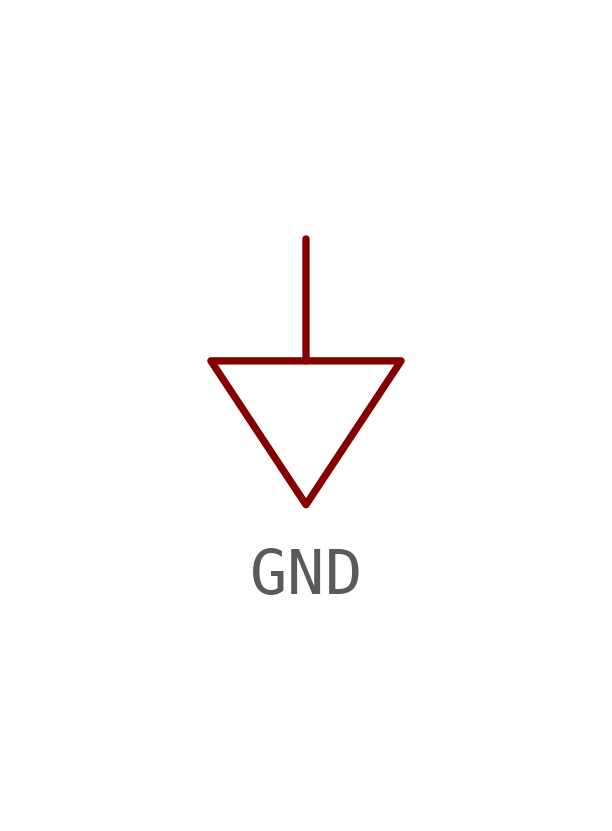
<source format=kicad_sym>
(kicad_symbol_lib
  (version 20231120)
  (generator "kicad_symbol_editor")
  (generator_version "8.0")
  (symbol "GND"
    (power)
    (pin_numbers hide)
    (pin_names
      (offset 0) hide)
    (property "Reference" "#PWR"
      (at 0 1.27 0)
      (effects (font (size 1.524 1.524)) (hide yes)))
    (property "Footprint" ""
      (at 0 0 0)
      (effects (font (size 1.524 1.524))))
    (symbol "GND_0_1"
      (polyline (pts (xy 0 0) (xy 0 -2.54)) (stroke (width 0) (type solid)) (fill (type none)))
      (polyline (pts (xy 0 -2.54) (xy 1.981 -2.54) (xy 0 -5.537) (xy -1.981 -2.54) (xy 1.981 -2.54)) (stroke (width 0) (type solid)) (fill (type none))))
    (symbol "GND_1_1"
      (pin power_in line (at 0 0 270) (length 0) hide (name "GND" (effects (font (size 1.27 1.27)))) (number "1" (effects (font (size 1.27 1.27))))))))
</source>
